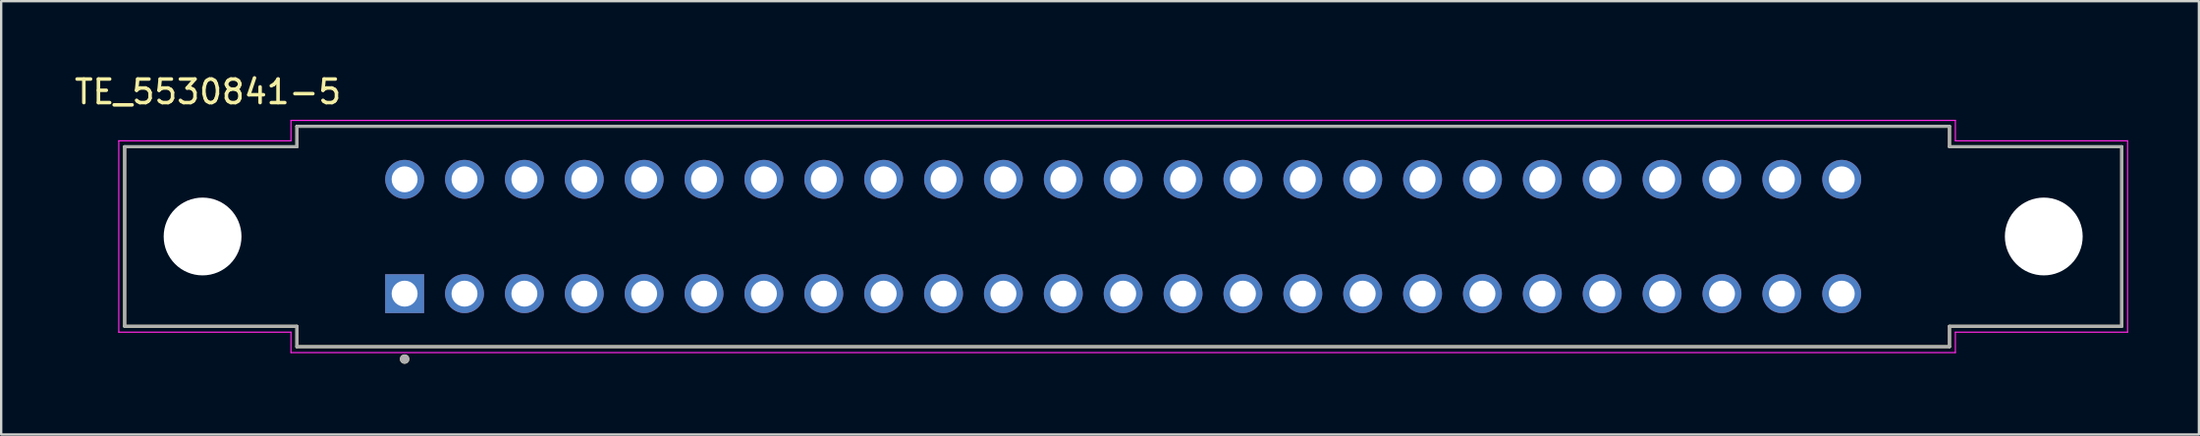
<source format=kicad_pcb>
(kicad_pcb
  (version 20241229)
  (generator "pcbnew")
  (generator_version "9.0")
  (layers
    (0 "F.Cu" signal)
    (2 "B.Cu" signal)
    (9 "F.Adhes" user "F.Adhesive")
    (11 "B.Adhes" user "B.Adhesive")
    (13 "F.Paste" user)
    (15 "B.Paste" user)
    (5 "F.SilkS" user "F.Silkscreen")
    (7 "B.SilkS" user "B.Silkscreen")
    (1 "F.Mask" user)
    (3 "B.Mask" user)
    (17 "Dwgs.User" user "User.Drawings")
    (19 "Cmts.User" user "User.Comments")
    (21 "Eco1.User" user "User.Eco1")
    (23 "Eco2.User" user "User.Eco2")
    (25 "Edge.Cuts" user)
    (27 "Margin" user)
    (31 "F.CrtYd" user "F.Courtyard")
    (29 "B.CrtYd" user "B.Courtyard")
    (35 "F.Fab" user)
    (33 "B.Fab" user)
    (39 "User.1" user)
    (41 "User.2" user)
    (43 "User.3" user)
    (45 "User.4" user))
  (footprint "TE_5530841-5"
    (layer "F.Cu")
    (at 44.593 6.983)
    (property "Reference" "TE_5530841-5" (at -38.825 -6.135 0) (layer "F.SilkS") (effects (font (size 1 1) (thickness 0.15))))
    (attr through_hole)
    (fp_line (start -42.355 -3.81) (end -42.355 3.81) (stroke (width 0.127) (type solid)) (layer "F.SilkS"))
    (fp_line (start -42.355 3.81) (end -35.05 3.81) (stroke (width 0.127) (type solid)) (layer "F.SilkS"))
    (fp_line (start -35.05 -4.675) (end -35.05 -3.81) (stroke (width 0.127) (type solid)) (layer "F.SilkS"))
    (fp_line (start -35.05 -3.81) (end -42.355 -3.81) (stroke (width 0.127) (type solid)) (layer "F.SilkS"))
    (fp_line (start -35.05 3.81) (end -35.05 4.675) (stroke (width 0.127) (type solid)) (layer "F.SilkS"))
    (fp_line (start -35.05 4.675) (end 35.05 4.675) (stroke (width 0.127) (type solid)) (layer "F.SilkS"))
    (fp_line (start 35.05 -4.675) (end -35.05 -4.675) (stroke (width 0.127) (type solid)) (layer "F.SilkS"))
    (fp_line (start 35.05 -3.81) (end 35.05 -4.675) (stroke (width 0.127) (type solid)) (layer "F.SilkS"))
    (fp_line (start 35.05 3.81) (end 42.355 3.81) (stroke (width 0.127) (type solid)) (layer "F.SilkS"))
    (fp_line (start 35.05 4.675) (end 35.05 3.81) (stroke (width 0.127) (type solid)) (layer "F.SilkS"))
    (fp_line (start 42.355 -3.81) (end 35.05 -3.81) (stroke (width 0.127) (type solid)) (layer "F.SilkS"))
    (fp_line (start 42.355 3.81) (end 42.355 -3.81) (stroke (width 0.127) (type solid)) (layer "F.SilkS"))
    (fp_circle (center -30.48 5.2) (end -30.38 5.2) (stroke (width 0.2) (type solid)) (fill no) (layer "F.SilkS"))
    (fp_line (start -42.605 -4.06) (end -42.605 4.06) (stroke (width 0.05) (type solid)) (layer "F.CrtYd"))
    (fp_line (start -42.605 4.06) (end -35.3 4.06) (stroke (width 0.05) (type solid)) (layer "F.CrtYd"))
    (fp_line (start -35.3 -4.925) (end -35.3 -4.06) (stroke (width 0.05) (type solid)) (layer "F.CrtYd"))
    (fp_line (start -35.3 -4.06) (end -42.605 -4.06) (stroke (width 0.05) (type solid)) (layer "F.CrtYd"))
    (fp_line (start -35.3 4.06) (end -35.3 4.925) (stroke (width 0.05) (type solid)) (layer "F.CrtYd"))
    (fp_line (start -35.3 4.925) (end 35.3 4.925) (stroke (width 0.05) (type solid)) (layer "F.CrtYd"))
    (fp_line (start 35.3 -4.925) (end -35.3 -4.925) (stroke (width 0.05) (type solid)) (layer "F.CrtYd"))
    (fp_line (start 35.3 -4.06) (end 35.3 -4.925) (stroke (width 0.05) (type solid)) (layer "F.CrtYd"))
    (fp_line (start 35.3 4.06) (end 42.605 4.06) (stroke (width 0.05) (type solid)) (layer "F.CrtYd"))
    (fp_line (start 35.3 4.925) (end 35.3 4.06) (stroke (width 0.05) (type solid)) (layer "F.CrtYd"))
    (fp_line (start 42.605 -4.06) (end 35.3 -4.06) (stroke (width 0.05) (type solid)) (layer "F.CrtYd"))
    (fp_line (start 42.605 4.06) (end 42.605 -4.06) (stroke (width 0.05) (type solid)) (layer "F.CrtYd"))
    (fp_line (start -42.355 -3.81) (end -42.355 3.81) (stroke (width 0.127) (type solid)) (layer "F.Fab"))
    (fp_line (start -42.355 3.81) (end -35.05 3.81) (stroke (width 0.127) (type solid)) (layer "F.Fab"))
    (fp_line (start -35.05 -4.675) (end -35.05 -3.81) (stroke (width 0.127) (type solid)) (layer "F.Fab"))
    (fp_line (start -35.05 -3.81) (end -42.355 -3.81) (stroke (width 0.127) (type solid)) (layer "F.Fab"))
    (fp_line (start -35.05 3.81) (end -35.05 4.675) (stroke (width 0.127) (type solid)) (layer "F.Fab"))
    (fp_line (start -35.05 4.675) (end 35.05 4.675) (stroke (width 0.127) (type solid)) (layer "F.Fab"))
    (fp_line (start 35.05 -4.675) (end -35.05 -4.675) (stroke (width 0.127) (type solid)) (layer "F.Fab"))
    (fp_line (start 35.05 -3.81) (end 35.05 -4.675) (stroke (width 0.127) (type solid)) (layer "F.Fab"))
    (fp_line (start 35.05 3.81) (end 42.355 3.81) (stroke (width 0.127) (type solid)) (layer "F.Fab"))
    (fp_line (start 35.05 4.675) (end 35.05 3.81) (stroke (width 0.127) (type solid)) (layer "F.Fab"))
    (fp_line (start 42.355 -3.81) (end 35.05 -3.81) (stroke (width 0.127) (type solid)) (layer "F.Fab"))
    (fp_line (start 42.355 3.81) (end 42.355 -3.81) (stroke (width 0.127) (type solid)) (layer "F.Fab"))
    (fp_circle (center -30.48 5.2) (end -30.38 5.2) (stroke (width 0.2) (type solid)) (fill no) (layer "F.Fab"))
    (pad "" np_thru_hole circle (at -39.05 0) (size 3.3 3.3) (drill 3.3) (layers "*.Cu" "*.Mask"))
    (pad "" np_thru_hole circle (at 39.05 0) (size 3.3 3.3) (drill 3.3) (layers "*.Cu" "*.Mask"))
    (pad "1" thru_hole rect (at -30.48 2.425) (size 1.65 1.65) (drill 1.1) (layers "*.Cu" "*.Mask"))
    (pad "2" thru_hole circle (at -30.48 -2.425) (size 1.65 1.65) (drill 1.1) (layers "*.Cu" "*.Mask"))
    (pad "3" thru_hole circle (at -27.94 2.425) (size 1.65 1.65) (drill 1.1) (layers "*.Cu" "*.Mask"))
    (pad "4" thru_hole circle (at -27.94 -2.425) (size 1.65 1.65) (drill 1.1) (layers "*.Cu" "*.Mask"))
    (pad "5" thru_hole circle (at -25.4 2.425) (size 1.65 1.65) (drill 1.1) (layers "*.Cu" "*.Mask"))
    (pad "6" thru_hole circle (at -25.4 -2.425) (size 1.65 1.65) (drill 1.1) (layers "*.Cu" "*.Mask"))
    (pad "7" thru_hole circle (at -22.86 2.425) (size 1.65 1.65) (drill 1.1) (layers "*.Cu" "*.Mask"))
    (pad "8" thru_hole circle (at -22.86 -2.425) (size 1.65 1.65) (drill 1.1) (layers "*.Cu" "*.Mask"))
    (pad "9" thru_hole circle (at -20.32 2.425) (size 1.65 1.65) (drill 1.1) (layers "*.Cu" "*.Mask"))
    (pad "10" thru_hole circle (at -20.32 -2.425) (size 1.65 1.65) (drill 1.1) (layers "*.Cu" "*.Mask"))
    (pad "11" thru_hole circle (at -17.78 2.425) (size 1.65 1.65) (drill 1.1) (layers "*.Cu" "*.Mask"))
    (pad "12" thru_hole circle (at -17.78 -2.425) (size 1.65 1.65) (drill 1.1) (layers "*.Cu" "*.Mask"))
    (pad "13" thru_hole circle (at -15.24 2.425) (size 1.65 1.65) (drill 1.1) (layers "*.Cu" "*.Mask"))
    (pad "14" thru_hole circle (at -15.24 -2.425) (size 1.65 1.65) (drill 1.1) (layers "*.Cu" "*.Mask"))
    (pad "15" thru_hole circle (at -12.7 2.425) (size 1.65 1.65) (drill 1.1) (layers "*.Cu" "*.Mask"))
    (pad "16" thru_hole circle (at -12.7 -2.425) (size 1.65 1.65) (drill 1.1) (layers "*.Cu" "*.Mask"))
    (pad "17" thru_hole circle (at -10.16 2.425) (size 1.65 1.65) (drill 1.1) (layers "*.Cu" "*.Mask"))
    (pad "18" thru_hole circle (at -10.16 -2.425) (size 1.65 1.65) (drill 1.1) (layers "*.Cu" "*.Mask"))
    (pad "19" thru_hole circle (at -7.62 2.425) (size 1.65 1.65) (drill 1.1) (layers "*.Cu" "*.Mask"))
    (pad "20" thru_hole circle (at -7.62 -2.425) (size 1.65 1.65) (drill 1.1) (layers "*.Cu" "*.Mask"))
    (pad "21" thru_hole circle (at -5.08 2.425) (size 1.65 1.65) (drill 1.1) (layers "*.Cu" "*.Mask"))
    (pad "22" thru_hole circle (at -5.08 -2.425) (size 1.65 1.65) (drill 1.1) (layers "*.Cu" "*.Mask"))
    (pad "23" thru_hole circle (at -2.54 2.425) (size 1.65 1.65) (drill 1.1) (layers "*.Cu" "*.Mask"))
    (pad "24" thru_hole circle (at -2.54 -2.425) (size 1.65 1.65) (drill 1.1) (layers "*.Cu" "*.Mask"))
    (pad "25" thru_hole circle (at 0 2.425) (size 1.65 1.65) (drill 1.1) (layers "*.Cu" "*.Mask"))
    (pad "26" thru_hole circle (at 0 -2.425) (size 1.65 1.65) (drill 1.1) (layers "*.Cu" "*.Mask"))
    (pad "27" thru_hole circle (at 2.54 2.425) (size 1.65 1.65) (drill 1.1) (layers "*.Cu" "*.Mask"))
    (pad "28" thru_hole circle (at 2.54 -2.425) (size 1.65 1.65) (drill 1.1) (layers "*.Cu" "*.Mask"))
    (pad "29" thru_hole circle (at 5.08 2.425) (size 1.65 1.65) (drill 1.1) (layers "*.Cu" "*.Mask"))
    (pad "30" thru_hole circle (at 5.08 -2.425) (size 1.65 1.65) (drill 1.1) (layers "*.Cu" "*.Mask"))
    (pad "31" thru_hole circle (at 7.62 2.425) (size 1.65 1.65) (drill 1.1) (layers "*.Cu" "*.Mask"))
    (pad "32" thru_hole circle (at 7.62 -2.425) (size 1.65 1.65) (drill 1.1) (layers "*.Cu" "*.Mask"))
    (pad "33" thru_hole circle (at 10.16 2.425) (size 1.65 1.65) (drill 1.1) (layers "*.Cu" "*.Mask"))
    (pad "34" thru_hole circle (at 10.16 -2.425) (size 1.65 1.65) (drill 1.1) (layers "*.Cu" "*.Mask"))
    (pad "35" thru_hole circle (at 12.7 2.425) (size 1.65 1.65) (drill 1.1) (layers "*.Cu" "*.Mask"))
    (pad "36" thru_hole circle (at 12.7 -2.425) (size 1.65 1.65) (drill 1.1) (layers "*.Cu" "*.Mask"))
    (pad "37" thru_hole circle (at 15.24 2.425) (size 1.65 1.65) (drill 1.1) (layers "*.Cu" "*.Mask"))
    (pad "38" thru_hole circle (at 15.24 -2.425) (size 1.65 1.65) (drill 1.1) (layers "*.Cu" "*.Mask"))
    (pad "39" thru_hole circle (at 17.78 2.425) (size 1.65 1.65) (drill 1.1) (layers "*.Cu" "*.Mask"))
    (pad "40" thru_hole circle (at 17.78 -2.425) (size 1.65 1.65) (drill 1.1) (layers "*.Cu" "*.Mask"))
    (pad "41" thru_hole circle (at 20.32 2.425) (size 1.65 1.65) (drill 1.1) (layers "*.Cu" "*.Mask"))
    (pad "42" thru_hole circle (at 20.32 -2.425) (size 1.65 1.65) (drill 1.1) (layers "*.Cu" "*.Mask"))
    (pad "43" thru_hole circle (at 22.86 2.425) (size 1.65 1.65) (drill 1.1) (layers "*.Cu" "*.Mask"))
    (pad "44" thru_hole circle (at 22.86 -2.425) (size 1.65 1.65) (drill 1.1) (layers "*.Cu" "*.Mask"))
    (pad "45" thru_hole circle (at 25.4 2.425) (size 1.65 1.65) (drill 1.1) (layers "*.Cu" "*.Mask"))
    (pad "46" thru_hole circle (at 25.4 -2.425) (size 1.65 1.65) (drill 1.1) (layers "*.Cu" "*.Mask"))
    (pad "47" thru_hole circle (at 27.94 2.425) (size 1.65 1.65) (drill 1.1) (layers "*.Cu" "*.Mask"))
    (pad "48" thru_hole circle (at 27.94 -2.425) (size 1.65 1.65) (drill 1.1) (layers "*.Cu" "*.Mask"))
    (pad "49" thru_hole circle (at 30.48 2.425) (size 1.65 1.65) (drill 1.1) (layers "*.Cu" "*.Mask"))
    (pad "50" thru_hole circle (at 30.48 -2.425) (size 1.65 1.65) (drill 1.1) (layers "*.Cu" "*.Mask")))
  (gr_rect
    (start -3 -3)
    (end 90.223 15.383)
    (stroke (width 0.1) (type default))
    (fill no)
    (layer "Edge.Cuts")))
</source>
